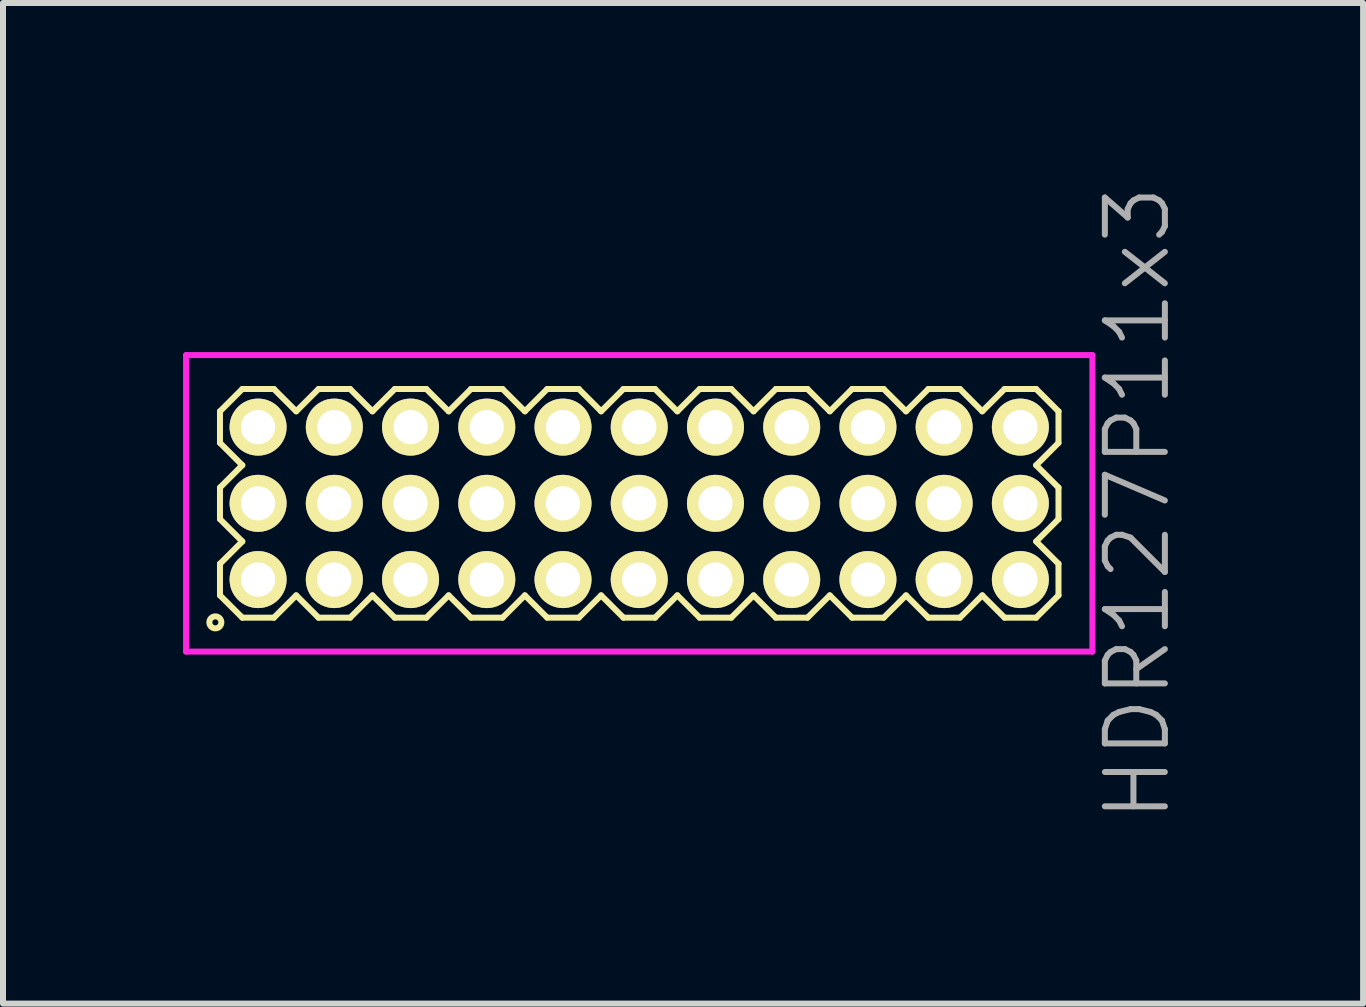
<source format=kicad_pcb>
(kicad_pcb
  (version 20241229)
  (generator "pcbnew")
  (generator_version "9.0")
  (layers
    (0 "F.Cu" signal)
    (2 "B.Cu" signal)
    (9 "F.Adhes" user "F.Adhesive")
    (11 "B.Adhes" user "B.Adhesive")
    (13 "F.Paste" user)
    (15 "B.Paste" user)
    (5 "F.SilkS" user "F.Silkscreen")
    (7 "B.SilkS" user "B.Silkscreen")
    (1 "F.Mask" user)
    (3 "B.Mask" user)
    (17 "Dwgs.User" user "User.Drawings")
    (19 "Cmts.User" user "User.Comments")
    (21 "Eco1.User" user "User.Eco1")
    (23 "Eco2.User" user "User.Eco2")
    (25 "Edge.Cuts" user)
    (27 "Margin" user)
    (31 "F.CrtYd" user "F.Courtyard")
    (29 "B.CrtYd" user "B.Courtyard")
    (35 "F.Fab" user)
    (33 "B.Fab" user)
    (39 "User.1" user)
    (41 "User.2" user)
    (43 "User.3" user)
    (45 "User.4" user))
  (footprint "HDR127P11x3"
    (layer "F.Cu")
    (at 7.6 5.336)
    (property "Reference" "HDR127P11x3" (at 8.3 0 90) (layer "F.Fab") (effects (font (size 1 1) (thickness 0.1))))
    (attr through_hole)
    (fp_line (start -6.985 -1.533) (end -6.613 -1.905) (stroke (width 0.1) (type solid)) (layer "F.SilkS"))
    (fp_line (start -6.985 -1.007) (end -6.985 -1.533) (stroke (width 0.1) (type solid)) (layer "F.SilkS"))
    (fp_line (start -6.985 -0.263) (end -6.613 -0.635) (stroke (width 0.1) (type solid)) (layer "F.SilkS"))
    (fp_line (start -6.985 0.263) (end -6.985 -0.263) (stroke (width 0.1) (type solid)) (layer "F.SilkS"))
    (fp_line (start -6.985 1.007) (end -6.613 0.635) (stroke (width 0.1) (type solid)) (layer "F.SilkS"))
    (fp_line (start -6.985 1.533) (end -6.985 1.007) (stroke (width 0.1) (type solid)) (layer "F.SilkS"))
    (fp_line (start -6.613 -1.905) (end -6.087 -1.905) (stroke (width 0.1) (type solid)) (layer "F.SilkS"))
    (fp_line (start -6.613 -0.635) (end -6.985 -1.007) (stroke (width 0.1) (type solid)) (layer "F.SilkS"))
    (fp_line (start -6.613 0.635) (end -6.985 0.263) (stroke (width 0.1) (type solid)) (layer "F.SilkS"))
    (fp_line (start -6.613 1.905) (end -6.985 1.533) (stroke (width 0.1) (type solid)) (layer "F.SilkS"))
    (fp_line (start -6.087 -1.905) (end -5.715 -1.533) (stroke (width 0.1) (type solid)) (layer "F.SilkS"))
    (fp_line (start -6.087 1.905) (end -6.613 1.905) (stroke (width 0.1) (type solid)) (layer "F.SilkS"))
    (fp_line (start -5.715 -1.533) (end -5.343 -1.905) (stroke (width 0.1) (type solid)) (layer "F.SilkS"))
    (fp_line (start -5.715 1.533) (end -6.087 1.905) (stroke (width 0.1) (type solid)) (layer "F.SilkS"))
    (fp_line (start -5.343 -1.905) (end -4.817 -1.905) (stroke (width 0.1) (type solid)) (layer "F.SilkS"))
    (fp_line (start -5.343 1.905) (end -5.715 1.533) (stroke (width 0.1) (type solid)) (layer "F.SilkS"))
    (fp_line (start -4.817 -1.905) (end -4.445 -1.533) (stroke (width 0.1) (type solid)) (layer "F.SilkS"))
    (fp_line (start -4.817 1.905) (end -5.343 1.905) (stroke (width 0.1) (type solid)) (layer "F.SilkS"))
    (fp_line (start -4.445 -1.533) (end -4.073 -1.905) (stroke (width 0.1) (type solid)) (layer "F.SilkS"))
    (fp_line (start -4.445 1.533) (end -4.817 1.905) (stroke (width 0.1) (type solid)) (layer "F.SilkS"))
    (fp_line (start -4.073 -1.905) (end -3.547 -1.905) (stroke (width 0.1) (type solid)) (layer "F.SilkS"))
    (fp_line (start -4.073 1.905) (end -4.445 1.533) (stroke (width 0.1) (type solid)) (layer "F.SilkS"))
    (fp_line (start -3.547 -1.905) (end -3.175 -1.533) (stroke (width 0.1) (type solid)) (layer "F.SilkS"))
    (fp_line (start -3.547 1.905) (end -4.073 1.905) (stroke (width 0.1) (type solid)) (layer "F.SilkS"))
    (fp_line (start -3.175 -1.533) (end -2.803 -1.905) (stroke (width 0.1) (type solid)) (layer "F.SilkS"))
    (fp_line (start -3.175 1.533) (end -3.547 1.905) (stroke (width 0.1) (type solid)) (layer "F.SilkS"))
    (fp_line (start -2.803 -1.905) (end -2.277 -1.905) (stroke (width 0.1) (type solid)) (layer "F.SilkS"))
    (fp_line (start -2.803 1.905) (end -3.175 1.533) (stroke (width 0.1) (type solid)) (layer "F.SilkS"))
    (fp_line (start -2.277 -1.905) (end -1.905 -1.533) (stroke (width 0.1) (type solid)) (layer "F.SilkS"))
    (fp_line (start -2.277 1.905) (end -2.803 1.905) (stroke (width 0.1) (type solid)) (layer "F.SilkS"))
    (fp_line (start -1.905 -1.533) (end -1.533 -1.905) (stroke (width 0.1) (type solid)) (layer "F.SilkS"))
    (fp_line (start -1.905 1.533) (end -2.277 1.905) (stroke (width 0.1) (type solid)) (layer "F.SilkS"))
    (fp_line (start -1.533 -1.905) (end -1.007 -1.905) (stroke (width 0.1) (type solid)) (layer "F.SilkS"))
    (fp_line (start -1.533 1.905) (end -1.905 1.533) (stroke (width 0.1) (type solid)) (layer "F.SilkS"))
    (fp_line (start -1.007 -1.905) (end -0.635 -1.533) (stroke (width 0.1) (type solid)) (layer "F.SilkS"))
    (fp_line (start -1.007 1.905) (end -1.533 1.905) (stroke (width 0.1) (type solid)) (layer "F.SilkS"))
    (fp_line (start -0.635 -1.533) (end -0.263 -1.905) (stroke (width 0.1) (type solid)) (layer "F.SilkS"))
    (fp_line (start -0.635 1.533) (end -1.007 1.905) (stroke (width 0.1) (type solid)) (layer "F.SilkS"))
    (fp_line (start -0.263 -1.905) (end 0.263 -1.905) (stroke (width 0.1) (type solid)) (layer "F.SilkS"))
    (fp_line (start -0.263 1.905) (end -0.635 1.533) (stroke (width 0.1) (type solid)) (layer "F.SilkS"))
    (fp_line (start 0.263 -1.905) (end 0.635 -1.533) (stroke (width 0.1) (type solid)) (layer "F.SilkS"))
    (fp_line (start 0.263 1.905) (end -0.263 1.905) (stroke (width 0.1) (type solid)) (layer "F.SilkS"))
    (fp_line (start 0.635 -1.533) (end 1.007 -1.905) (stroke (width 0.1) (type solid)) (layer "F.SilkS"))
    (fp_line (start 0.635 1.533) (end 0.263 1.905) (stroke (width 0.1) (type solid)) (layer "F.SilkS"))
    (fp_line (start 1.007 -1.905) (end 1.533 -1.905) (stroke (width 0.1) (type solid)) (layer "F.SilkS"))
    (fp_line (start 1.007 1.905) (end 0.635 1.533) (stroke (width 0.1) (type solid)) (layer "F.SilkS"))
    (fp_line (start 1.533 -1.905) (end 1.905 -1.533) (stroke (width 0.1) (type solid)) (layer "F.SilkS"))
    (fp_line (start 1.533 1.905) (end 1.007 1.905) (stroke (width 0.1) (type solid)) (layer "F.SilkS"))
    (fp_line (start 1.905 -1.533) (end 2.277 -1.905) (stroke (width 0.1) (type solid)) (layer "F.SilkS"))
    (fp_line (start 1.905 1.533) (end 1.533 1.905) (stroke (width 0.1) (type solid)) (layer "F.SilkS"))
    (fp_line (start 2.277 -1.905) (end 2.803 -1.905) (stroke (width 0.1) (type solid)) (layer "F.SilkS"))
    (fp_line (start 2.277 1.905) (end 1.905 1.533) (stroke (width 0.1) (type solid)) (layer "F.SilkS"))
    (fp_line (start 2.803 -1.905) (end 3.175 -1.533) (stroke (width 0.1) (type solid)) (layer "F.SilkS"))
    (fp_line (start 2.803 1.905) (end 2.277 1.905) (stroke (width 0.1) (type solid)) (layer "F.SilkS"))
    (fp_line (start 3.175 -1.533) (end 3.547 -1.905) (stroke (width 0.1) (type solid)) (layer "F.SilkS"))
    (fp_line (start 3.175 1.533) (end 2.803 1.905) (stroke (width 0.1) (type solid)) (layer "F.SilkS"))
    (fp_line (start 3.547 -1.905) (end 4.073 -1.905) (stroke (width 0.1) (type solid)) (layer "F.SilkS"))
    (fp_line (start 3.547 1.905) (end 3.175 1.533) (stroke (width 0.1) (type solid)) (layer "F.SilkS"))
    (fp_line (start 4.073 -1.905) (end 4.445 -1.533) (stroke (width 0.1) (type solid)) (layer "F.SilkS"))
    (fp_line (start 4.073 1.905) (end 3.547 1.905) (stroke (width 0.1) (type solid)) (layer "F.SilkS"))
    (fp_line (start 4.445 -1.533) (end 4.817 -1.905) (stroke (width 0.1) (type solid)) (layer "F.SilkS"))
    (fp_line (start 4.445 1.533) (end 4.073 1.905) (stroke (width 0.1) (type solid)) (layer "F.SilkS"))
    (fp_line (start 4.817 -1.905) (end 5.343 -1.905) (stroke (width 0.1) (type solid)) (layer "F.SilkS"))
    (fp_line (start 4.817 1.905) (end 4.445 1.533) (stroke (width 0.1) (type solid)) (layer "F.SilkS"))
    (fp_line (start 5.343 -1.905) (end 5.715 -1.533) (stroke (width 0.1) (type solid)) (layer "F.SilkS"))
    (fp_line (start 5.343 1.905) (end 4.817 1.905) (stroke (width 0.1) (type solid)) (layer "F.SilkS"))
    (fp_line (start 5.715 -1.533) (end 6.087 -1.905) (stroke (width 0.1) (type solid)) (layer "F.SilkS"))
    (fp_line (start 5.715 1.533) (end 5.343 1.905) (stroke (width 0.1) (type solid)) (layer "F.SilkS"))
    (fp_line (start 6.087 -1.905) (end 6.613 -1.905) (stroke (width 0.1) (type solid)) (layer "F.SilkS"))
    (fp_line (start 6.087 1.905) (end 5.715 1.533) (stroke (width 0.1) (type solid)) (layer "F.SilkS"))
    (fp_line (start 6.613 -1.905) (end 6.985 -1.533) (stroke (width 0.1) (type solid)) (layer "F.SilkS"))
    (fp_line (start 6.613 -0.635) (end 6.985 -0.263) (stroke (width 0.1) (type solid)) (layer "F.SilkS"))
    (fp_line (start 6.613 0.635) (end 6.985 1.007) (stroke (width 0.1) (type solid)) (layer "F.SilkS"))
    (fp_line (start 6.613 1.905) (end 6.087 1.905) (stroke (width 0.1) (type solid)) (layer "F.SilkS"))
    (fp_line (start 6.985 -1.533) (end 6.985 -1.007) (stroke (width 0.1) (type solid)) (layer "F.SilkS"))
    (fp_line (start 6.985 -1.007) (end 6.613 -0.635) (stroke (width 0.1) (type solid)) (layer "F.SilkS"))
    (fp_line (start 6.985 -0.263) (end 6.985 0.263) (stroke (width 0.1) (type solid)) (layer "F.SilkS"))
    (fp_line (start 6.985 0.263) (end 6.613 0.635) (stroke (width 0.1) (type solid)) (layer "F.SilkS"))
    (fp_line (start 6.985 1.007) (end 6.985 1.533) (stroke (width 0.1) (type solid)) (layer "F.SilkS"))
    (fp_line (start 6.985 1.533) (end 6.613 1.905) (stroke (width 0.1) (type solid)) (layer "F.SilkS"))
    (fp_circle (center -7.062 1.983) (end -6.962 1.983) (stroke (width 0.1) (type solid)) (fill no) (layer "F.SilkS"))
    (fp_line (start -7.55 -2.47) (end -7.55 2.47) (stroke (width 0.1) (type solid)) (layer "F.CrtYd"))
    (fp_line (start -7.55 2.47) (end 7.55 2.47) (stroke (width 0.1) (type solid)) (layer "F.CrtYd"))
    (fp_line (start 7.55 -2.47) (end -7.55 -2.47) (stroke (width 0.1) (type solid)) (layer "F.CrtYd"))
    (fp_line (start 7.55 2.47) (end 7.55 -2.47) (stroke (width 0.1) (type solid)) (layer "F.CrtYd"))
    (pad "1" thru_hole oval (at -6.35 1.27) (size 0.95 0.95) (drill 0.57) (layers "*.Cu" "*.Mask" "F.SilkS"))
    (pad "2" thru_hole oval (at -6.35 0) (size 0.95 0.95) (drill 0.57) (layers "*.Cu" "*.Mask" "F.SilkS"))
    (pad "3" thru_hole oval (at -6.35 -1.27) (size 0.95 0.95) (drill 0.57) (layers "*.Cu" "*.Mask" "F.SilkS"))
    (pad "4" thru_hole oval (at -5.08 1.27) (size 0.95 0.95) (drill 0.57) (layers "*.Cu" "*.Mask" "F.SilkS"))
    (pad "5" thru_hole oval (at -5.08 0) (size 0.95 0.95) (drill 0.57) (layers "*.Cu" "*.Mask" "F.SilkS"))
    (pad "6" thru_hole oval (at -5.08 -1.27) (size 0.95 0.95) (drill 0.57) (layers "*.Cu" "*.Mask" "F.SilkS"))
    (pad "7" thru_hole oval (at -3.81 1.27) (size 0.95 0.95) (drill 0.57) (layers "*.Cu" "*.Mask" "F.SilkS"))
    (pad "8" thru_hole oval (at -3.81 0) (size 0.95 0.95) (drill 0.57) (layers "*.Cu" "*.Mask" "F.SilkS"))
    (pad "9" thru_hole oval (at -3.81 -1.27) (size 0.95 0.95) (drill 0.57) (layers "*.Cu" "*.Mask" "F.SilkS"))
    (pad "10" thru_hole oval (at -2.54 1.27) (size 0.95 0.95) (drill 0.57) (layers "*.Cu" "*.Mask" "F.SilkS"))
    (pad "11" thru_hole oval (at -2.54 0) (size 0.95 0.95) (drill 0.57) (layers "*.Cu" "*.Mask" "F.SilkS"))
    (pad "12" thru_hole oval (at -2.54 -1.27) (size 0.95 0.95) (drill 0.57) (layers "*.Cu" "*.Mask" "F.SilkS"))
    (pad "13" thru_hole oval (at -1.27 1.27) (size 0.95 0.95) (drill 0.57) (layers "*.Cu" "*.Mask" "F.SilkS"))
    (pad "14" thru_hole oval (at -1.27 0) (size 0.95 0.95) (drill 0.57) (layers "*.Cu" "*.Mask" "F.SilkS"))
    (pad "15" thru_hole oval (at -1.27 -1.27) (size 0.95 0.95) (drill 0.57) (layers "*.Cu" "*.Mask" "F.SilkS"))
    (pad "16" thru_hole oval (at 0 1.27) (size 0.95 0.95) (drill 0.57) (layers "*.Cu" "*.Mask" "F.SilkS"))
    (pad "17" thru_hole oval (at 0 0) (size 0.95 0.95) (drill 0.57) (layers "*.Cu" "*.Mask" "F.SilkS"))
    (pad "18" thru_hole oval (at 0 -1.27) (size 0.95 0.95) (drill 0.57) (layers "*.Cu" "*.Mask" "F.SilkS"))
    (pad "19" thru_hole oval (at 1.27 1.27) (size 0.95 0.95) (drill 0.57) (layers "*.Cu" "*.Mask" "F.SilkS"))
    (pad "20" thru_hole oval (at 1.27 0) (size 0.95 0.95) (drill 0.57) (layers "*.Cu" "*.Mask" "F.SilkS"))
    (pad "21" thru_hole oval (at 1.27 -1.27) (size 0.95 0.95) (drill 0.57) (layers "*.Cu" "*.Mask" "F.SilkS"))
    (pad "22" thru_hole oval (at 2.54 1.27) (size 0.95 0.95) (drill 0.57) (layers "*.Cu" "*.Mask" "F.SilkS"))
    (pad "23" thru_hole oval (at 2.54 0) (size 0.95 0.95) (drill 0.57) (layers "*.Cu" "*.Mask" "F.SilkS"))
    (pad "24" thru_hole oval (at 2.54 -1.27) (size 0.95 0.95) (drill 0.57) (layers "*.Cu" "*.Mask" "F.SilkS"))
    (pad "25" thru_hole oval (at 3.81 1.27) (size 0.95 0.95) (drill 0.57) (layers "*.Cu" "*.Mask" "F.SilkS"))
    (pad "26" thru_hole oval (at 3.81 0) (size 0.95 0.95) (drill 0.57) (layers "*.Cu" "*.Mask" "F.SilkS"))
    (pad "27" thru_hole oval (at 3.81 -1.27) (size 0.95 0.95) (drill 0.57) (layers "*.Cu" "*.Mask" "F.SilkS"))
    (pad "28" thru_hole oval (at 5.08 1.27) (size 0.95 0.95) (drill 0.57) (layers "*.Cu" "*.Mask" "F.SilkS"))
    (pad "29" thru_hole oval (at 5.08 0) (size 0.95 0.95) (drill 0.57) (layers "*.Cu" "*.Mask" "F.SilkS"))
    (pad "30" thru_hole oval (at 5.08 -1.27) (size 0.95 0.95) (drill 0.57) (layers "*.Cu" "*.Mask" "F.SilkS"))
    (pad "31" thru_hole oval (at 6.35 1.27) (size 0.95 0.95) (drill 0.57) (layers "*.Cu" "*.Mask" "F.SilkS"))
    (pad "32" thru_hole oval (at 6.35 0) (size 0.95 0.95) (drill 0.57) (layers "*.Cu" "*.Mask" "F.SilkS"))
    (pad "33" thru_hole oval (at 6.35 -1.27) (size 0.95 0.95) (drill 0.57) (layers "*.Cu" "*.Mask" "F.SilkS")))
  (gr_rect
    (start -3 -3)
    (end 19.66 13.671)
    (stroke (width 0.1) (type default))
    (fill no)
    (layer "Edge.Cuts")))
</source>
